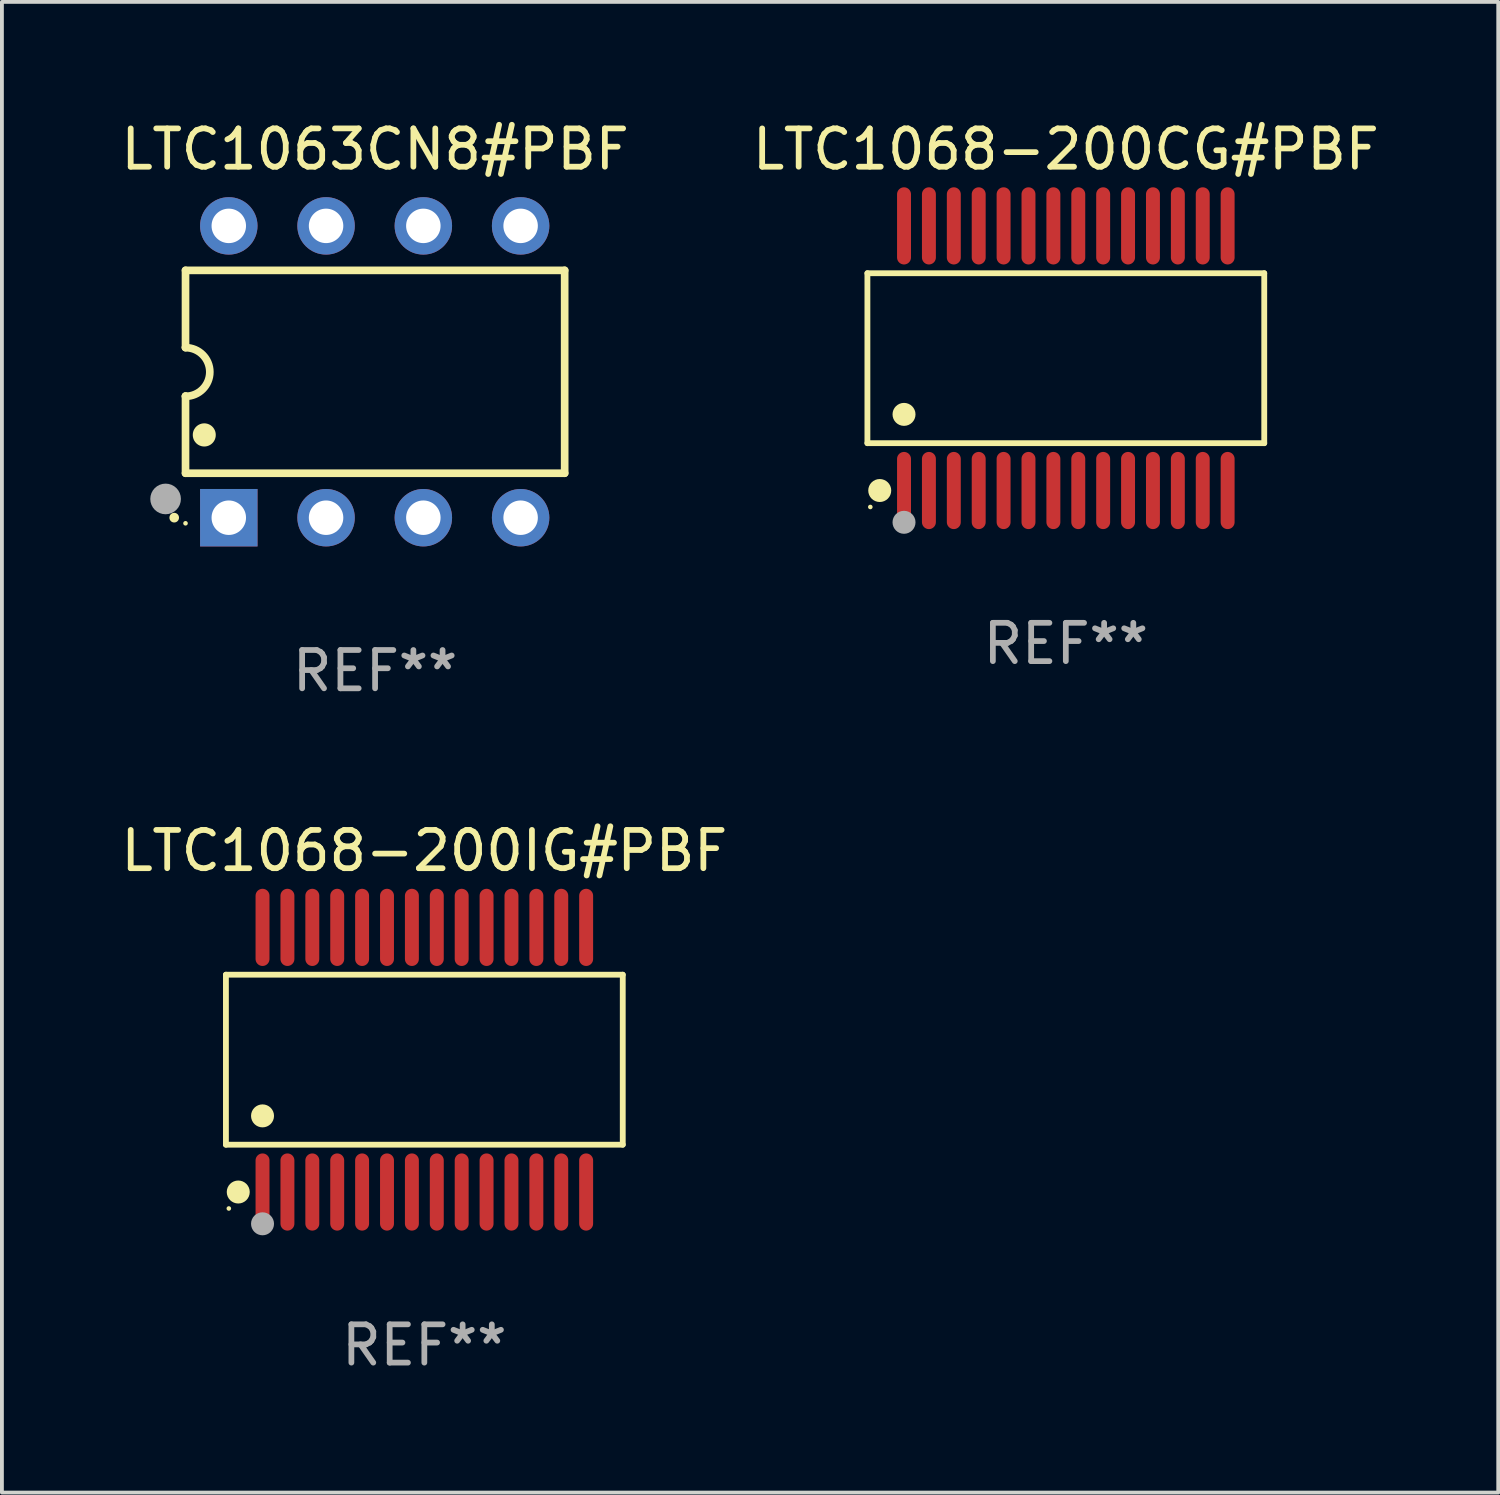
<source format=kicad_pcb>
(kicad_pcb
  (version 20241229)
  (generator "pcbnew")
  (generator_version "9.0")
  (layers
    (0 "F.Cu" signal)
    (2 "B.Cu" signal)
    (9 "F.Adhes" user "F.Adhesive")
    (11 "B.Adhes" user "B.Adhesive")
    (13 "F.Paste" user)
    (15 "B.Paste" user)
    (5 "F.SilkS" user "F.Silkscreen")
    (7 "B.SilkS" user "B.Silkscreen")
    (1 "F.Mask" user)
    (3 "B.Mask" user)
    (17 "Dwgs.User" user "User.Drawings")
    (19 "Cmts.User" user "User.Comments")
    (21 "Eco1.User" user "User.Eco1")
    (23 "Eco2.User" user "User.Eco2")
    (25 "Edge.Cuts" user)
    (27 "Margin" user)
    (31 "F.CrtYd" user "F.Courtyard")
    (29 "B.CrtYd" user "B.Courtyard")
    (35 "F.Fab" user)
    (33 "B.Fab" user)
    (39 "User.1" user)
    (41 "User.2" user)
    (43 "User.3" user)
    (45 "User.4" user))
  (footprint "LTC1063CN8#PBF"
    (layer "F.Cu")
    (at 6.744 6.658)
    (property "Reference" "LTC1063CN8#PBF" (at 0 -5.81 0) (layer "F.SilkS") (effects (font (size 1 1) (thickness 0.15))))
    (attr through_hole)
    (fp_line (start -4.95 -2.649) (end 4.95 -2.649) (stroke (width 0.2) (type solid)) (layer "F.SilkS"))
    (fp_line (start -4.95 -0.635) (end -4.95 -2.649) (stroke (width 0.2) (type solid)) (layer "F.SilkS"))
    (fp_line (start -4.95 0.635) (end -4.95 0.64) (stroke (width 0.2) (type solid)) (layer "F.SilkS"))
    (fp_line (start -4.95 2.649) (end -4.95 0.635) (stroke (width 0.2) (type solid)) (layer "F.SilkS"))
    (fp_line (start -4.95 -0.64) (end -4.95 -0.635) (stroke (width 0.2) (type solid)) (layer "F.SilkS"))
    (fp_line (start 4.95 -2.649) (end 4.95 2.649) (stroke (width 0.2) (type solid)) (layer "F.SilkS"))
    (fp_line (start 4.95 2.649) (end -4.95 2.649) (stroke (width 0.2) (type solid)) (layer "F.SilkS"))
    (fp_arc (start -5.24511 3.810008) (mid -5.245117 3.808738) (end -5.24511 3.807468) (stroke (width 0.25) (type solid)) (layer "F.SilkS"))
    (fp_arc (start -4.950165 -0.629997) (mid -4.315164 0.005004) (end -4.950165 0.640005) (stroke (width 0.2) (type solid)) (layer "F.SilkS"))
    (fp_arc (start -4.460249 1.651003) (mid -4.46026 1.648463) (end -4.460249 1.645923) (stroke (width 0.6) (type solid)) (layer "F.SilkS"))
    (fp_circle (center -4.95 3.956) (end -4.92 3.956) (stroke (width 0.06) (type solid)) (fill no) (layer "F.SilkS"))
    (fp_circle (center -5.47 3.32) (end -5.27 3.32) (stroke (width 0.4) (type solid)) (fill no) (layer "F.Fab"))
    (fp_text user "REF**" (at 0 7.81 0) (layer "F.Fab") (effects (font (size 1 1) (thickness 0.15))))
    (pad "1" thru_hole rect (at -3.82 3.81) (size 1.5 1.5) (drill 0.9) (layers "*.Cu" "*.Mask"))
    (pad "2" thru_hole circle (at -1.28 3.81) (size 1.5 1.5) (drill 0.9) (layers "*.Cu" "*.Mask"))
    (pad "3" thru_hole circle (at 1.26 3.81) (size 1.5 1.5) (drill 0.9) (layers "*.Cu" "*.Mask"))
    (pad "4" thru_hole circle (at 3.8 3.81) (size 1.5 1.5) (drill 0.9) (layers "*.Cu" "*.Mask"))
    (pad "5" thru_hole circle (at 3.8 -3.81) (size 1.5 1.5) (drill 0.9) (layers "*.Cu" "*.Mask"))
    (pad "6" thru_hole circle (at 1.26 -3.81) (size 1.5 1.5) (drill 0.9) (layers "*.Cu" "*.Mask"))
    (pad "7" thru_hole circle (at -1.28 -3.81) (size 1.5 1.5) (drill 0.9) (layers "*.Cu" "*.Mask"))
    (pad "8" thru_hole circle (at -3.82 -3.81) (size 1.5 1.5) (drill 0.9) (layers "*.Cu" "*.Mask")))
  (footprint "LTC1068-200CG#PBF"
    (layer "F.Cu")
    (at 24.78 6.303)
    (property "Reference" "LTC1068-200CG#PBF" (at 0 -5.455 0) (layer "F.SilkS") (effects (font (size 1 1) (thickness 0.15))))
    (attr through_hole)
    (fp_line (start -5.181 -2.219) (end 5.181 -2.219) (stroke (width 0.152) (type solid)) (layer "F.SilkS"))
    (fp_line (start -5.181 2.219) (end -5.181 -2.219) (stroke (width 0.152) (type solid)) (layer "F.SilkS"))
    (fp_line (start 5.181 -2.219) (end 5.181 2.219) (stroke (width 0.152) (type solid)) (layer "F.SilkS"))
    (fp_line (start 5.181 2.219) (end -5.181 2.219) (stroke (width 0.152) (type solid)) (layer "F.SilkS"))
    (fp_circle (center -5.105 3.885) (end -5.075 3.885) (stroke (width 0.06) (type solid)) (fill no) (layer "F.SilkS"))
    (fp_circle (center -4.859 3.455) (end -4.709 3.455) (stroke (width 0.3) (type solid)) (fill no) (layer "F.SilkS"))
    (fp_circle (center -4.225 1.467) (end -4.075 1.467) (stroke (width 0.3) (type solid)) (fill no) (layer "F.SilkS"))
    (fp_circle (center -4.225 4.285) (end -4.075 4.285) (stroke (width 0.3) (type solid)) (fill no) (layer "F.Fab"))
    (fp_text user "REF**" (at 0 7.455 0) (layer "F.Fab") (effects (font (size 1 1) (thickness 0.15))))
    (pad "1" smd oval (at -4.225 3.455) (size 0.364 2.015) (layers "F.Cu" "F.Mask" "F.Paste"))
    (pad "2" smd oval (at -3.575 3.455) (size 0.364 2.015) (layers "F.Cu" "F.Mask" "F.Paste"))
    (pad "3" smd oval (at -2.925 3.455) (size 0.364 2.015) (layers "F.Cu" "F.Mask" "F.Paste"))
    (pad "4" smd oval (at -2.275 3.455) (size 0.364 2.015) (layers "F.Cu" "F.Mask" "F.Paste"))
    (pad "5" smd oval (at -1.625 3.455) (size 0.364 2.015) (layers "F.Cu" "F.Mask" "F.Paste"))
    (pad "6" smd oval (at -0.975 3.455) (size 0.364 2.015) (layers "F.Cu" "F.Mask" "F.Paste"))
    (pad "7" smd oval (at -0.325 3.455) (size 0.364 2.015) (layers "F.Cu" "F.Mask" "F.Paste"))
    (pad "8" smd oval (at 0.325 3.455) (size 0.364 2.015) (layers "F.Cu" "F.Mask" "F.Paste"))
    (pad "9" smd oval (at 0.975 3.455) (size 0.364 2.015) (layers "F.Cu" "F.Mask" "F.Paste"))
    (pad "10" smd oval (at 1.625 3.455) (size 0.364 2.015) (layers "F.Cu" "F.Mask" "F.Paste"))
    (pad "11" smd oval (at 2.275 3.455) (size 0.364 2.015) (layers "F.Cu" "F.Mask" "F.Paste"))
    (pad "12" smd oval (at 2.925 3.455) (size 0.364 2.015) (layers "F.Cu" "F.Mask" "F.Paste"))
    (pad "13" smd oval (at 3.575 3.455) (size 0.364 2.015) (layers "F.Cu" "F.Mask" "F.Paste"))
    (pad "14" smd oval (at 4.225 3.455) (size 0.364 2.015) (layers "F.Cu" "F.Mask" "F.Paste"))
    (pad "15" smd oval (at 4.225 -3.455) (size 0.364 2.015) (layers "F.Cu" "F.Mask" "F.Paste"))
    (pad "16" smd oval (at 3.575 -3.455) (size 0.364 2.015) (layers "F.Cu" "F.Mask" "F.Paste"))
    (pad "17" smd oval (at 2.925 -3.455) (size 0.364 2.015) (layers "F.Cu" "F.Mask" "F.Paste"))
    (pad "18" smd oval (at 2.275 -3.455) (size 0.364 2.015) (layers "F.Cu" "F.Mask" "F.Paste"))
    (pad "19" smd oval (at 1.625 -3.455) (size 0.364 2.015) (layers "F.Cu" "F.Mask" "F.Paste"))
    (pad "20" smd oval (at 0.975 -3.455) (size 0.364 2.015) (layers "F.Cu" "F.Mask" "F.Paste"))
    (pad "21" smd oval (at 0.325 -3.455) (size 0.364 2.015) (layers "F.Cu" "F.Mask" "F.Paste"))
    (pad "22" smd oval (at -0.325 -3.455) (size 0.364 2.015) (layers "F.Cu" "F.Mask" "F.Paste"))
    (pad "23" smd oval (at -0.975 -3.455) (size 0.364 2.015) (layers "F.Cu" "F.Mask" "F.Paste"))
    (pad "24" smd oval (at -1.625 -3.455) (size 0.364 2.015) (layers "F.Cu" "F.Mask" "F.Paste"))
    (pad "25" smd oval (at -2.275 -3.455) (size 0.364 2.015) (layers "F.Cu" "F.Mask" "F.Paste"))
    (pad "26" smd oval (at -2.925 -3.455) (size 0.364 2.015) (layers "F.Cu" "F.Mask" "F.Paste"))
    (pad "27" smd oval (at -3.575 -3.455) (size 0.364 2.015) (layers "F.Cu" "F.Mask" "F.Paste"))
    (pad "28" smd oval (at -4.225 -3.455) (size 0.364 2.015) (layers "F.Cu" "F.Mask" "F.Paste")))
  (footprint "LTC1068-200IG#PBF"
    (layer "F.Cu")
    (at 8.03 24.62)
    (property "Reference" "LTC1068-200IG#PBF" (at 0 -5.455 0) (layer "F.SilkS") (effects (font (size 1 1) (thickness 0.15))))
    (attr through_hole)
    (fp_line (start -5.181 -2.219) (end 5.181 -2.219) (stroke (width 0.152) (type solid)) (layer "F.SilkS"))
    (fp_line (start -5.181 2.219) (end -5.181 -2.219) (stroke (width 0.152) (type solid)) (layer "F.SilkS"))
    (fp_line (start 5.181 -2.219) (end 5.181 2.219) (stroke (width 0.152) (type solid)) (layer "F.SilkS"))
    (fp_line (start 5.181 2.219) (end -5.181 2.219) (stroke (width 0.152) (type solid)) (layer "F.SilkS"))
    (fp_circle (center -5.105 3.885) (end -5.075 3.885) (stroke (width 0.06) (type solid)) (fill no) (layer "F.SilkS"))
    (fp_circle (center -4.859 3.455) (end -4.709 3.455) (stroke (width 0.3) (type solid)) (fill no) (layer "F.SilkS"))
    (fp_circle (center -4.225 1.467) (end -4.075 1.467) (stroke (width 0.3) (type solid)) (fill no) (layer "F.SilkS"))
    (fp_circle (center -4.225 4.285) (end -4.075 4.285) (stroke (width 0.3) (type solid)) (fill no) (layer "F.Fab"))
    (fp_text user "REF**" (at 0 7.455 0) (layer "F.Fab") (effects (font (size 1 1) (thickness 0.15))))
    (pad "1" smd oval (at -4.225 3.455) (size 0.364 2.015) (layers "F.Cu" "F.Mask" "F.Paste"))
    (pad "2" smd oval (at -3.575 3.455) (size 0.364 2.015) (layers "F.Cu" "F.Mask" "F.Paste"))
    (pad "3" smd oval (at -2.925 3.455) (size 0.364 2.015) (layers "F.Cu" "F.Mask" "F.Paste"))
    (pad "4" smd oval (at -2.275 3.455) (size 0.364 2.015) (layers "F.Cu" "F.Mask" "F.Paste"))
    (pad "5" smd oval (at -1.625 3.455) (size 0.364 2.015) (layers "F.Cu" "F.Mask" "F.Paste"))
    (pad "6" smd oval (at -0.975 3.455) (size 0.364 2.015) (layers "F.Cu" "F.Mask" "F.Paste"))
    (pad "7" smd oval (at -0.325 3.455) (size 0.364 2.015) (layers "F.Cu" "F.Mask" "F.Paste"))
    (pad "8" smd oval (at 0.325 3.455) (size 0.364 2.015) (layers "F.Cu" "F.Mask" "F.Paste"))
    (pad "9" smd oval (at 0.975 3.455) (size 0.364 2.015) (layers "F.Cu" "F.Mask" "F.Paste"))
    (pad "10" smd oval (at 1.625 3.455) (size 0.364 2.015) (layers "F.Cu" "F.Mask" "F.Paste"))
    (pad "11" smd oval (at 2.275 3.455) (size 0.364 2.015) (layers "F.Cu" "F.Mask" "F.Paste"))
    (pad "12" smd oval (at 2.925 3.455) (size 0.364 2.015) (layers "F.Cu" "F.Mask" "F.Paste"))
    (pad "13" smd oval (at 3.575 3.455) (size 0.364 2.015) (layers "F.Cu" "F.Mask" "F.Paste"))
    (pad "14" smd oval (at 4.225 3.455) (size 0.364 2.015) (layers "F.Cu" "F.Mask" "F.Paste"))
    (pad "15" smd oval (at 4.225 -3.455) (size 0.364 2.015) (layers "F.Cu" "F.Mask" "F.Paste"))
    (pad "16" smd oval (at 3.575 -3.455) (size 0.364 2.015) (layers "F.Cu" "F.Mask" "F.Paste"))
    (pad "17" smd oval (at 2.925 -3.455) (size 0.364 2.015) (layers "F.Cu" "F.Mask" "F.Paste"))
    (pad "18" smd oval (at 2.275 -3.455) (size 0.364 2.015) (layers "F.Cu" "F.Mask" "F.Paste"))
    (pad "19" smd oval (at 1.625 -3.455) (size 0.364 2.015) (layers "F.Cu" "F.Mask" "F.Paste"))
    (pad "20" smd oval (at 0.975 -3.455) (size 0.364 2.015) (layers "F.Cu" "F.Mask" "F.Paste"))
    (pad "21" smd oval (at 0.325 -3.455) (size 0.364 2.015) (layers "F.Cu" "F.Mask" "F.Paste"))
    (pad "22" smd oval (at -0.325 -3.455) (size 0.364 2.015) (layers "F.Cu" "F.Mask" "F.Paste"))
    (pad "23" smd oval (at -0.975 -3.455) (size 0.364 2.015) (layers "F.Cu" "F.Mask" "F.Paste"))
    (pad "24" smd oval (at -1.625 -3.455) (size 0.364 2.015) (layers "F.Cu" "F.Mask" "F.Paste"))
    (pad "25" smd oval (at -2.275 -3.455) (size 0.364 2.015) (layers "F.Cu" "F.Mask" "F.Paste"))
    (pad "26" smd oval (at -2.925 -3.455) (size 0.364 2.015) (layers "F.Cu" "F.Mask" "F.Paste"))
    (pad "27" smd oval (at -3.575 -3.455) (size 0.364 2.015) (layers "F.Cu" "F.Mask" "F.Paste"))
    (pad "28" smd oval (at -4.225 -3.455) (size 0.364 2.015) (layers "F.Cu" "F.Mask" "F.Paste")))
  (gr_rect
    (start -3 -3)
    (end 36.071 35.923)
    (stroke (width 0.1) (type default))
    (fill no)
    (layer "Edge.Cuts")))
</source>
